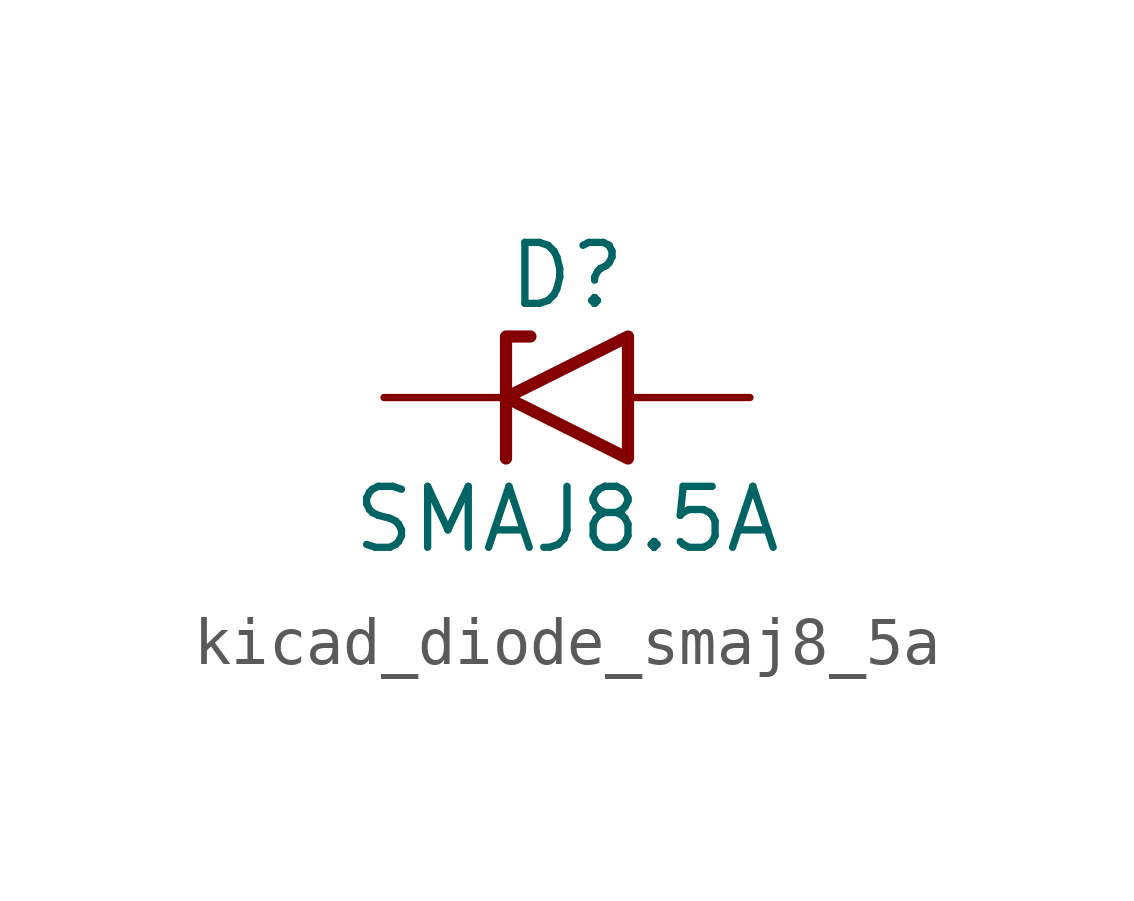
<source format=kicad_sym>
(kicad_symbol_lib
  (version 20220914)
  (generator kicad_symbol_editor)
  (symbol "kicad_diode_smaj8_5a"
    (pin_numbers hide)
    (pin_names
      (offset 1.016) hide)
    (property "Reference" "D"
      (at 0 2.54 0)
      (effects (font (size 1.27 1.27))))
    (property "Value" "SMAJ8.5A"
      (at 0 -2.54 0)
      (effects (font (size 1.27 1.27))))
    (symbol "kicad_diode_smaj8_5a_0_1"
      (polyline (pts (xy -0.762 1.27) (xy -1.27 1.27) (xy -1.27 -1.27)) (stroke (width 0.254) (type default)) (fill (type none)))
      (polyline (pts (xy 1.27 1.27) (xy 1.27 -1.27) (xy -1.27 0) (xy 1.27 1.27)) (stroke (width 0.254) (type default)) (fill (type none))))
    (symbol "kicad_diode_smaj8_5a_1_1"
      (pin passive line (at -3.81 0 0) (length 2.54) (name "A1" (effects (font (size 1.27 1.27)))) (number "1" (effects (font (size 1.27 1.27)))))
      (pin passive line (at 3.81 0 180) (length 2.54) (name "A2" (effects (font (size 1.27 1.27)))) (number "2" (effects (font (size 1.27 1.27))))))))
</source>
